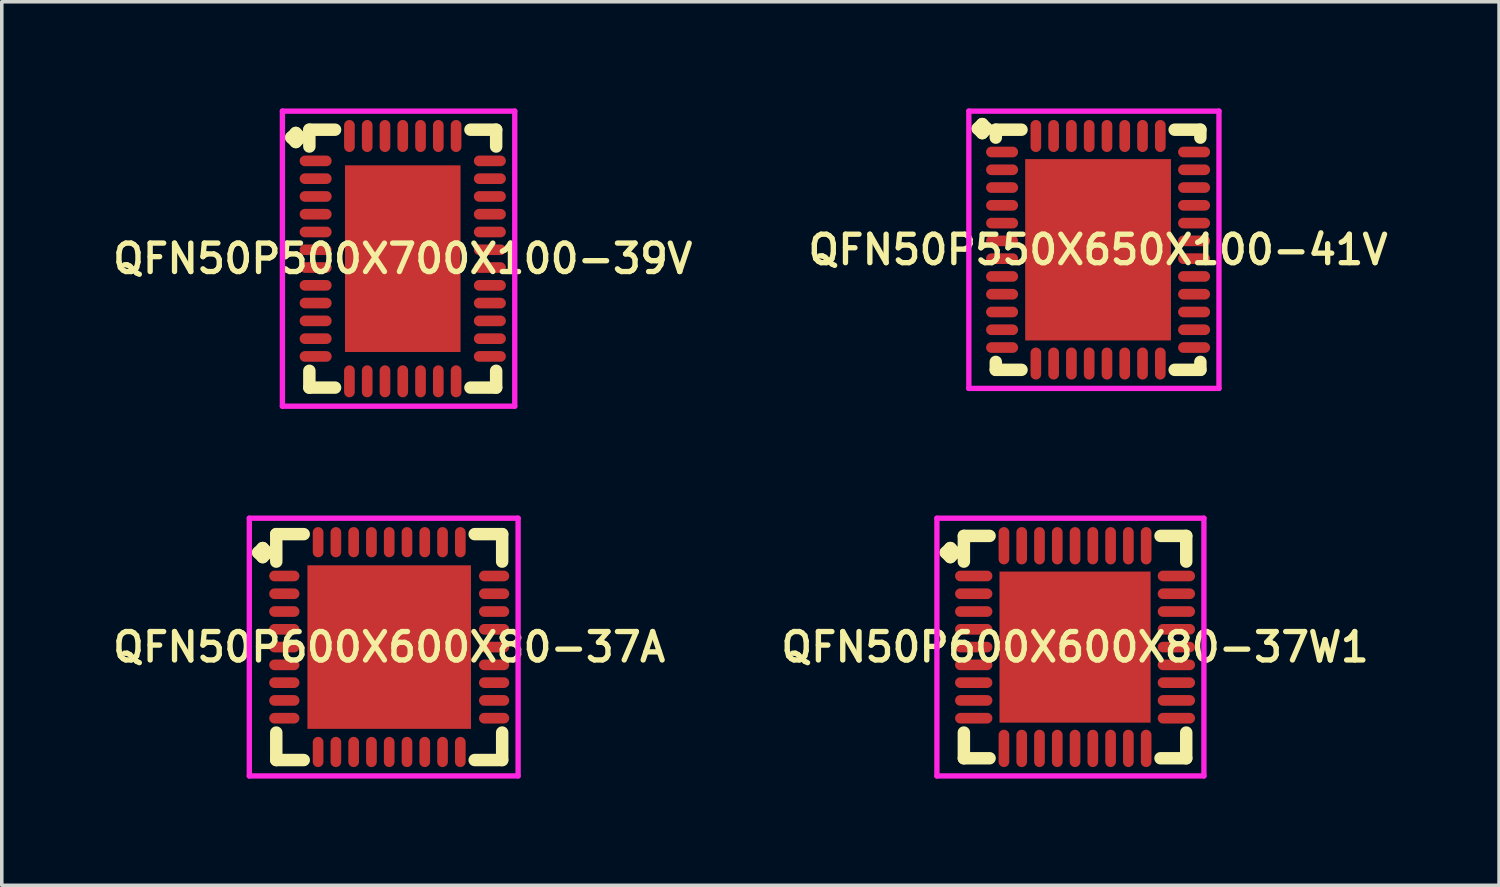
<source format=kicad_pcb>
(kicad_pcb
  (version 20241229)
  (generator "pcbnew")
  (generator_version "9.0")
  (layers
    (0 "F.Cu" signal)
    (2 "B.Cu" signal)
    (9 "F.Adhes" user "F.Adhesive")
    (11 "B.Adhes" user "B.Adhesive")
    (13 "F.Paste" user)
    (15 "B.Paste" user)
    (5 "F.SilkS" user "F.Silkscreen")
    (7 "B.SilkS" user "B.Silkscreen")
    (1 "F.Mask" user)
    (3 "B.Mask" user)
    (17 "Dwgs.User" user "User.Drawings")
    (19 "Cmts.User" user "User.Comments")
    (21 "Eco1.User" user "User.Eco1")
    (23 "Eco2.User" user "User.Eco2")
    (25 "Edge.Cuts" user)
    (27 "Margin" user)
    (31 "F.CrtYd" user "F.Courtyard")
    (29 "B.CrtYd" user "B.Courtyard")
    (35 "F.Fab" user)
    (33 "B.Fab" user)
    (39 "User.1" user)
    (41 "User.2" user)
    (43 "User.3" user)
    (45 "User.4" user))
  (footprint "QFN50P500X700X100-39V"
    (layer "F.Cu")
    (at 8.278 4.225)
    (property "Reference" "QFN50P500X700X100-39V" (at 0 0 0) (layer "F.SilkS") (effects (font (size 0.8 0.8) (thickness 0.15))))
    (attr smd)
    (fp_line (start -3.135 -3.408) (end -3.008 -3.535) (stroke (width 0.35) (type solid)) (layer "F.SilkS"))
    (fp_line (start -3.008 -3.535) (end -2.881 -3.408) (stroke (width 0.35) (type solid)) (layer "F.SilkS"))
    (fp_line (start -3.008 -3.281) (end -3.135 -3.408) (stroke (width 0.35) (type solid)) (layer "F.SilkS"))
    (fp_line (start -2.881 -3.408) (end -3.008 -3.281) (stroke (width 0.35) (type solid)) (layer "F.SilkS"))
    (fp_line (start -2.627 -3.627) (end -1.904 -3.627) (stroke (width 0.35) (type solid)) (layer "F.SilkS"))
    (fp_line (start -2.627 -3.154) (end -2.627 -3.627) (stroke (width 0.35) (type solid)) (layer "F.SilkS"))
    (fp_line (start -2.627 3.154) (end -2.627 3.627) (stroke (width 0.35) (type solid)) (layer "F.SilkS"))
    (fp_line (start -2.627 3.627) (end -1.904 3.627) (stroke (width 0.35) (type solid)) (layer "F.SilkS"))
    (fp_line (start 1.904 -3.627) (end 2.627 -3.627) (stroke (width 0.35) (type solid)) (layer "F.SilkS"))
    (fp_line (start 1.904 3.627) (end 2.627 3.627) (stroke (width 0.35) (type solid)) (layer "F.SilkS"))
    (fp_line (start 2.627 -3.627) (end 2.627 -3.154) (stroke (width 0.35) (type solid)) (layer "F.SilkS"))
    (fp_line (start 2.627 3.627) (end 2.627 3.154) (stroke (width 0.35) (type solid)) (layer "F.SilkS"))
    (fp_line (start -3.385 -4.15) (end 3.15 -4.15) (stroke (width 0.15) (type solid)) (layer "F.CrtYd"))
    (fp_line (start -3.385 4.15) (end -3.385 -4.15) (stroke (width 0.15) (type solid)) (layer "F.CrtYd"))
    (fp_line (start 3.15 -4.15) (end 3.15 4.15) (stroke (width 0.15) (type solid)) (layer "F.CrtYd"))
    (fp_line (start 3.15 4.15) (end -3.385 4.15) (stroke (width 0.15) (type solid)) (layer "F.CrtYd"))
    (pad "1" smd oval (at -2.45 -2.75) (size 0.9 0.3) (layers "F.Cu" "F.Mask" "F.Paste"))
    (pad "2" smd oval (at -2.45 -2.25) (size 0.9 0.3) (layers "F.Cu" "F.Mask" "F.Paste"))
    (pad "3" smd oval (at -2.45 -1.75) (size 0.9 0.3) (layers "F.Cu" "F.Mask" "F.Paste"))
    (pad "4" smd oval (at -2.45 -1.25) (size 0.9 0.3) (layers "F.Cu" "F.Mask" "F.Paste"))
    (pad "5" smd oval (at -2.45 -0.75) (size 0.9 0.3) (layers "F.Cu" "F.Mask" "F.Paste"))
    (pad "6" smd oval (at -2.45 -0.25) (size 0.9 0.3) (layers "F.Cu" "F.Mask" "F.Paste"))
    (pad "7" smd oval (at -2.45 0.25) (size 0.9 0.3) (layers "F.Cu" "F.Mask" "F.Paste"))
    (pad "8" smd oval (at -2.45 0.75) (size 0.9 0.3) (layers "F.Cu" "F.Mask" "F.Paste"))
    (pad "9" smd oval (at -2.45 1.25) (size 0.9 0.3) (layers "F.Cu" "F.Mask" "F.Paste"))
    (pad "10" smd oval (at -2.45 1.75) (size 0.9 0.3) (layers "F.Cu" "F.Mask" "F.Paste"))
    (pad "11" smd oval (at -2.45 2.25) (size 0.9 0.3) (layers "F.Cu" "F.Mask" "F.Paste"))
    (pad "12" smd oval (at -2.45 2.75) (size 0.9 0.3) (layers "F.Cu" "F.Mask" "F.Paste"))
    (pad "13" smd oval (at -1.5 3.45) (size 0.3 0.9) (layers "F.Cu" "F.Mask" "F.Paste"))
    (pad "14" smd oval (at -1 3.45) (size 0.3 0.9) (layers "F.Cu" "F.Mask" "F.Paste"))
    (pad "15" smd oval (at -0.5 3.45) (size 0.3 0.9) (layers "F.Cu" "F.Mask" "F.Paste"))
    (pad "16" smd oval (at 0 3.45) (size 0.3 0.9) (layers "F.Cu" "F.Mask" "F.Paste"))
    (pad "17" smd oval (at 0.5 3.45) (size 0.3 0.9) (layers "F.Cu" "F.Mask" "F.Paste"))
    (pad "18" smd oval (at 1 3.45) (size 0.3 0.9) (layers "F.Cu" "F.Mask" "F.Paste"))
    (pad "19" smd oval (at 1.5 3.45) (size 0.3 0.9) (layers "F.Cu" "F.Mask" "F.Paste"))
    (pad "20" smd oval (at 2.45 2.75) (size 0.9 0.3) (layers "F.Cu" "F.Mask" "F.Paste"))
    (pad "21" smd oval (at 2.45 2.25) (size 0.9 0.3) (layers "F.Cu" "F.Mask" "F.Paste"))
    (pad "22" smd oval (at 2.45 1.75) (size 0.9 0.3) (layers "F.Cu" "F.Mask" "F.Paste"))
    (pad "23" smd oval (at 2.45 1.25) (size 0.9 0.3) (layers "F.Cu" "F.Mask" "F.Paste"))
    (pad "24" smd oval (at 2.45 0.75) (size 0.9 0.3) (layers "F.Cu" "F.Mask" "F.Paste"))
    (pad "25" smd oval (at 2.45 0.25) (size 0.9 0.3) (layers "F.Cu" "F.Mask" "F.Paste"))
    (pad "26" smd oval (at 2.45 -0.25) (size 0.9 0.3) (layers "F.Cu" "F.Mask" "F.Paste"))
    (pad "27" smd oval (at 2.45 -0.75) (size 0.9 0.3) (layers "F.Cu" "F.Mask" "F.Paste"))
    (pad "28" smd oval (at 2.45 -1.25) (size 0.9 0.3) (layers "F.Cu" "F.Mask" "F.Paste"))
    (pad "29" smd oval (at 2.45 -1.75) (size 0.9 0.3) (layers "F.Cu" "F.Mask" "F.Paste"))
    (pad "30" smd oval (at 2.45 -2.25) (size 0.9 0.3) (layers "F.Cu" "F.Mask" "F.Paste"))
    (pad "31" smd oval (at 2.45 -2.75) (size 0.9 0.3) (layers "F.Cu" "F.Mask" "F.Paste"))
    (pad "32" smd oval (at 1.5 -3.45) (size 0.3 0.9) (layers "F.Cu" "F.Mask" "F.Paste"))
    (pad "33" smd oval (at 1 -3.45) (size 0.3 0.9) (layers "F.Cu" "F.Mask" "F.Paste"))
    (pad "34" smd oval (at 0.5 -3.45) (size 0.3 0.9) (layers "F.Cu" "F.Mask" "F.Paste"))
    (pad "35" smd oval (at 0 -3.45) (size 0.3 0.9) (layers "F.Cu" "F.Mask" "F.Paste"))
    (pad "36" smd oval (at -0.5 -3.45) (size 0.3 0.9) (layers "F.Cu" "F.Mask" "F.Paste"))
    (pad "37" smd oval (at -1 -3.45) (size 0.3 0.9) (layers "F.Cu" "F.Mask" "F.Paste"))
    (pad "38" smd oval (at -1.5 -3.45) (size 0.3 0.9) (layers "F.Cu" "F.Mask" "F.Paste"))
    (pad "39" smd rect (at 0 0) (size 3.25 5.25) (layers "F.Cu" "F.Mask" "F.Paste")))
  (footprint "QFN50P550X650X100-41V"
    (layer "F.Cu")
    (at 27.835 3.975)
    (property "Reference" "QFN50P550X650X100-41V" (at 0 0 0) (layer "F.SilkS") (effects (font (size 0.8 0.8) (thickness 0.15))))
    (attr smd)
    (fp_line (start -3.385 -3.408) (end -3.258 -3.535) (stroke (width 0.35) (type solid)) (layer "F.SilkS"))
    (fp_line (start -3.258 -3.535) (end -3.131 -3.408) (stroke (width 0.35) (type solid)) (layer "F.SilkS"))
    (fp_line (start -3.258 -3.281) (end -3.385 -3.408) (stroke (width 0.35) (type solid)) (layer "F.SilkS"))
    (fp_line (start -3.131 -3.408) (end -3.258 -3.281) (stroke (width 0.35) (type solid)) (layer "F.SilkS"))
    (fp_line (start -2.877 -3.377) (end -2.154 -3.377) (stroke (width 0.35) (type solid)) (layer "F.SilkS"))
    (fp_line (start -2.877 -3.154) (end -2.877 -3.377) (stroke (width 0.35) (type solid)) (layer "F.SilkS"))
    (fp_line (start -2.877 3.154) (end -2.877 3.377) (stroke (width 0.35) (type solid)) (layer "F.SilkS"))
    (fp_line (start -2.877 3.377) (end -2.154 3.377) (stroke (width 0.35) (type solid)) (layer "F.SilkS"))
    (fp_line (start 2.154 -3.377) (end 2.877 -3.377) (stroke (width 0.35) (type solid)) (layer "F.SilkS"))
    (fp_line (start 2.154 3.377) (end 2.877 3.377) (stroke (width 0.35) (type solid)) (layer "F.SilkS"))
    (fp_line (start 2.877 -3.377) (end 2.877 -3.154) (stroke (width 0.35) (type solid)) (layer "F.SilkS"))
    (fp_line (start 2.877 3.377) (end 2.877 3.154) (stroke (width 0.35) (type solid)) (layer "F.SilkS"))
    (fp_line (start -3.635 -3.9) (end 3.4 -3.9) (stroke (width 0.15) (type solid)) (layer "F.CrtYd"))
    (fp_line (start -3.635 3.9) (end -3.635 -3.9) (stroke (width 0.15) (type solid)) (layer "F.CrtYd"))
    (fp_line (start 3.4 -3.9) (end 3.4 3.9) (stroke (width 0.15) (type solid)) (layer "F.CrtYd"))
    (fp_line (start 3.4 3.9) (end -3.635 3.9) (stroke (width 0.15) (type solid)) (layer "F.CrtYd"))
    (pad "1" smd oval (at -2.7 -2.75) (size 0.9 0.3) (layers "F.Cu" "F.Mask" "F.Paste"))
    (pad "2" smd oval (at -2.7 -2.25) (size 0.9 0.3) (layers "F.Cu" "F.Mask" "F.Paste"))
    (pad "3" smd oval (at -2.7 -1.75) (size 0.9 0.3) (layers "F.Cu" "F.Mask" "F.Paste"))
    (pad "4" smd oval (at -2.7 -1.25) (size 0.9 0.3) (layers "F.Cu" "F.Mask" "F.Paste"))
    (pad "5" smd oval (at -2.7 -0.75) (size 0.9 0.3) (layers "F.Cu" "F.Mask" "F.Paste"))
    (pad "6" smd oval (at -2.7 -0.25) (size 0.9 0.3) (layers "F.Cu" "F.Mask" "F.Paste"))
    (pad "7" smd oval (at -2.7 0.25) (size 0.9 0.3) (layers "F.Cu" "F.Mask" "F.Paste"))
    (pad "8" smd oval (at -2.7 0.75) (size 0.9 0.3) (layers "F.Cu" "F.Mask" "F.Paste"))
    (pad "9" smd oval (at -2.7 1.25) (size 0.9 0.3) (layers "F.Cu" "F.Mask" "F.Paste"))
    (pad "10" smd oval (at -2.7 1.75) (size 0.9 0.3) (layers "F.Cu" "F.Mask" "F.Paste"))
    (pad "11" smd oval (at -2.7 2.25) (size 0.9 0.3) (layers "F.Cu" "F.Mask" "F.Paste"))
    (pad "12" smd oval (at -2.7 2.75) (size 0.9 0.3) (layers "F.Cu" "F.Mask" "F.Paste"))
    (pad "13" smd oval (at -1.75 3.2) (size 0.3 0.9) (layers "F.Cu" "F.Mask" "F.Paste"))
    (pad "14" smd oval (at -1.25 3.2) (size 0.3 0.9) (layers "F.Cu" "F.Mask" "F.Paste"))
    (pad "15" smd oval (at -0.75 3.2) (size 0.3 0.9) (layers "F.Cu" "F.Mask" "F.Paste"))
    (pad "16" smd oval (at -0.25 3.2) (size 0.3 0.9) (layers "F.Cu" "F.Mask" "F.Paste"))
    (pad "17" smd oval (at 0.25 3.2) (size 0.3 0.9) (layers "F.Cu" "F.Mask" "F.Paste"))
    (pad "18" smd oval (at 0.75 3.2) (size 0.3 0.9) (layers "F.Cu" "F.Mask" "F.Paste"))
    (pad "19" smd oval (at 1.25 3.2) (size 0.3 0.9) (layers "F.Cu" "F.Mask" "F.Paste"))
    (pad "20" smd oval (at 1.75 3.2) (size 0.3 0.9) (layers "F.Cu" "F.Mask" "F.Paste"))
    (pad "21" smd oval (at 2.7 2.75) (size 0.9 0.3) (layers "F.Cu" "F.Mask" "F.Paste"))
    (pad "22" smd oval (at 2.7 2.25) (size 0.9 0.3) (layers "F.Cu" "F.Mask" "F.Paste"))
    (pad "23" smd oval (at 2.7 1.75) (size 0.9 0.3) (layers "F.Cu" "F.Mask" "F.Paste"))
    (pad "24" smd oval (at 2.7 1.25) (size 0.9 0.3) (layers "F.Cu" "F.Mask" "F.Paste"))
    (pad "25" smd oval (at 2.7 0.75) (size 0.9 0.3) (layers "F.Cu" "F.Mask" "F.Paste"))
    (pad "26" smd oval (at 2.7 0.25) (size 0.9 0.3) (layers "F.Cu" "F.Mask" "F.Paste"))
    (pad "27" smd oval (at 2.7 -0.25) (size 0.9 0.3) (layers "F.Cu" "F.Mask" "F.Paste"))
    (pad "28" smd oval (at 2.7 -0.75) (size 0.9 0.3) (layers "F.Cu" "F.Mask" "F.Paste"))
    (pad "29" smd oval (at 2.7 -1.25) (size 0.9 0.3) (layers "F.Cu" "F.Mask" "F.Paste"))
    (pad "30" smd oval (at 2.7 -1.75) (size 0.9 0.3) (layers "F.Cu" "F.Mask" "F.Paste"))
    (pad "31" smd oval (at 2.7 -2.25) (size 0.9 0.3) (layers "F.Cu" "F.Mask" "F.Paste"))
    (pad "32" smd oval (at 2.7 -2.75) (size 0.9 0.3) (layers "F.Cu" "F.Mask" "F.Paste"))
    (pad "33" smd oval (at 1.75 -3.2) (size 0.3 0.9) (layers "F.Cu" "F.Mask" "F.Paste"))
    (pad "34" smd oval (at 1.25 -3.2) (size 0.3 0.9) (layers "F.Cu" "F.Mask" "F.Paste"))
    (pad "35" smd oval (at 0.75 -3.2) (size 0.3 0.9) (layers "F.Cu" "F.Mask" "F.Paste"))
    (pad "36" smd oval (at 0.25 -3.2) (size 0.3 0.9) (layers "F.Cu" "F.Mask" "F.Paste"))
    (pad "37" smd oval (at -0.25 -3.2) (size 0.3 0.9) (layers "F.Cu" "F.Mask" "F.Paste"))
    (pad "38" smd oval (at -0.75 -3.2) (size 0.3 0.9) (layers "F.Cu" "F.Mask" "F.Paste"))
    (pad "39" smd oval (at -1.25 -3.2) (size 0.3 0.9) (layers "F.Cu" "F.Mask" "F.Paste"))
    (pad "40" smd oval (at -1.75 -3.2) (size 0.3 0.9) (layers "F.Cu" "F.Mask" "F.Paste"))
    (pad "41" smd rect (at 0 0) (size 4.1 5.1) (layers "F.Cu" "F.Mask" "F.Paste")))
  (footprint "QFN50P600X600X80-37W1"
    (layer "F.Cu")
    (at 27.187 15.15)
    (property "Reference" "QFN50P600X600X80-37W1" (at 0 0 0) (layer "F.SilkS") (effects (font (size 0.8 0.8) (thickness 0.15))))
    (attr smd)
    (fp_line (start -3.635 -2.658) (end -3.508 -2.785) (stroke (width 0.35) (type solid)) (layer "F.SilkS"))
    (fp_line (start -3.508 -2.785) (end -3.381 -2.658) (stroke (width 0.35) (type solid)) (layer "F.SilkS"))
    (fp_line (start -3.508 -2.531) (end -3.635 -2.658) (stroke (width 0.35) (type solid)) (layer "F.SilkS"))
    (fp_line (start -3.381 -2.658) (end -3.508 -2.531) (stroke (width 0.35) (type solid)) (layer "F.SilkS"))
    (fp_line (start -3.127 -3.127) (end -2.404 -3.127) (stroke (width 0.35) (type solid)) (layer "F.SilkS"))
    (fp_line (start -3.127 -2.404) (end -3.127 -3.127) (stroke (width 0.35) (type solid)) (layer "F.SilkS"))
    (fp_line (start -3.127 2.404) (end -3.127 3.127) (stroke (width 0.35) (type solid)) (layer "F.SilkS"))
    (fp_line (start -3.127 3.127) (end -2.404 3.127) (stroke (width 0.35) (type solid)) (layer "F.SilkS"))
    (fp_line (start 2.404 -3.127) (end 3.127 -3.127) (stroke (width 0.35) (type solid)) (layer "F.SilkS"))
    (fp_line (start 2.404 3.127) (end 3.127 3.127) (stroke (width 0.35) (type solid)) (layer "F.SilkS"))
    (fp_line (start 3.127 -3.127) (end 3.127 -2.404) (stroke (width 0.35) (type solid)) (layer "F.SilkS"))
    (fp_line (start 3.127 3.127) (end 3.127 2.404) (stroke (width 0.35) (type solid)) (layer "F.SilkS"))
    (fp_line (start -3.885 -3.625) (end 3.625 -3.625) (stroke (width 0.15) (type solid)) (layer "F.CrtYd"))
    (fp_line (start -3.885 3.625) (end -3.885 -3.625) (stroke (width 0.15) (type solid)) (layer "F.CrtYd"))
    (fp_line (start 3.625 -3.625) (end 3.625 3.625) (stroke (width 0.15) (type solid)) (layer "F.CrtYd"))
    (fp_line (start 3.625 3.625) (end -3.885 3.625) (stroke (width 0.15) (type solid)) (layer "F.CrtYd"))
    (pad "1" smd oval (at -2.85 -2) (size 1.05 0.3) (layers "F.Cu" "F.Mask" "F.Paste"))
    (pad "2" smd oval (at -2.85 -1.5) (size 1.05 0.3) (layers "F.Cu" "F.Mask" "F.Paste"))
    (pad "3" smd oval (at -2.85 -1) (size 1.05 0.3) (layers "F.Cu" "F.Mask" "F.Paste"))
    (pad "4" smd oval (at -2.85 -0.5) (size 1.05 0.3) (layers "F.Cu" "F.Mask" "F.Paste"))
    (pad "5" smd oval (at -2.85 0) (size 1.05 0.3) (layers "F.Cu" "F.Mask" "F.Paste"))
    (pad "6" smd oval (at -2.85 0.5) (size 1.05 0.3) (layers "F.Cu" "F.Mask" "F.Paste"))
    (pad "7" smd oval (at -2.85 1) (size 1.05 0.3) (layers "F.Cu" "F.Mask" "F.Paste"))
    (pad "8" smd oval (at -2.85 1.5) (size 1.05 0.3) (layers "F.Cu" "F.Mask" "F.Paste"))
    (pad "9" smd oval (at -2.85 2) (size 1.05 0.3) (layers "F.Cu" "F.Mask" "F.Paste"))
    (pad "10" smd oval (at -2 2.85) (size 0.3 1.05) (layers "F.Cu" "F.Mask" "F.Paste"))
    (pad "11" smd oval (at -1.5 2.85) (size 0.3 1.05) (layers "F.Cu" "F.Mask" "F.Paste"))
    (pad "12" smd oval (at -1 2.85) (size 0.3 1.05) (layers "F.Cu" "F.Mask" "F.Paste"))
    (pad "13" smd oval (at -0.5 2.85) (size 0.3 1.05) (layers "F.Cu" "F.Mask" "F.Paste"))
    (pad "14" smd oval (at 0 2.85) (size 0.3 1.05) (layers "F.Cu" "F.Mask" "F.Paste"))
    (pad "15" smd oval (at 0.5 2.85) (size 0.3 1.05) (layers "F.Cu" "F.Mask" "F.Paste"))
    (pad "16" smd oval (at 1 2.85) (size 0.3 1.05) (layers "F.Cu" "F.Mask" "F.Paste"))
    (pad "17" smd oval (at 1.5 2.85) (size 0.3 1.05) (layers "F.Cu" "F.Mask" "F.Paste"))
    (pad "18" smd oval (at 2 2.85) (size 0.3 1.05) (layers "F.Cu" "F.Mask" "F.Paste"))
    (pad "19" smd oval (at 2.85 2) (size 1.05 0.3) (layers "F.Cu" "F.Mask" "F.Paste"))
    (pad "20" smd oval (at 2.85 1.5) (size 1.05 0.3) (layers "F.Cu" "F.Mask" "F.Paste"))
    (pad "21" smd oval (at 2.85 1) (size 1.05 0.3) (layers "F.Cu" "F.Mask" "F.Paste"))
    (pad "22" smd oval (at 2.85 0.5) (size 1.05 0.3) (layers "F.Cu" "F.Mask" "F.Paste"))
    (pad "23" smd oval (at 2.85 0) (size 1.05 0.3) (layers "F.Cu" "F.Mask" "F.Paste"))
    (pad "24" smd oval (at 2.85 -0.5) (size 1.05 0.3) (layers "F.Cu" "F.Mask" "F.Paste"))
    (pad "25" smd oval (at 2.85 -1) (size 1.05 0.3) (layers "F.Cu" "F.Mask" "F.Paste"))
    (pad "26" smd oval (at 2.85 -1.5) (size 1.05 0.3) (layers "F.Cu" "F.Mask" "F.Paste"))
    (pad "27" smd oval (at 2.85 -2) (size 1.05 0.3) (layers "F.Cu" "F.Mask" "F.Paste"))
    (pad "28" smd oval (at 2 -2.85) (size 0.3 1.05) (layers "F.Cu" "F.Mask" "F.Paste"))
    (pad "29" smd oval (at 1.5 -2.85) (size 0.3 1.05) (layers "F.Cu" "F.Mask" "F.Paste"))
    (pad "30" smd oval (at 1 -2.85) (size 0.3 1.05) (layers "F.Cu" "F.Mask" "F.Paste"))
    (pad "31" smd oval (at 0.5 -2.85) (size 0.3 1.05) (layers "F.Cu" "F.Mask" "F.Paste"))
    (pad "32" smd oval (at 0 -2.85) (size 0.3 1.05) (layers "F.Cu" "F.Mask" "F.Paste"))
    (pad "33" smd oval (at -0.5 -2.85) (size 0.3 1.05) (layers "F.Cu" "F.Mask" "F.Paste"))
    (pad "34" smd oval (at -1 -2.85) (size 0.3 1.05) (layers "F.Cu" "F.Mask" "F.Paste"))
    (pad "35" smd oval (at -1.5 -2.85) (size 0.3 1.05) (layers "F.Cu" "F.Mask" "F.Paste"))
    (pad "36" smd oval (at -2 -2.85) (size 0.3 1.05) (layers "F.Cu" "F.Mask" "F.Paste"))
    (pad "37" smd rect (at 0 0) (size 4.25 4.25) (layers "F.Cu" "F.Mask" "F.Paste")))
  (footprint "QFN50P600X600X80-37A"
    (layer "F.Cu")
    (at 7.897 15.15)
    (property "Reference" "QFN50P600X600X80-37A" (at 0 0 0) (layer "F.SilkS") (effects (font (size 0.8 0.8) (thickness 0.15))))
    (attr smd)
    (fp_line (start -3.685 -2.658) (end -3.558 -2.785) (stroke (width 0.35) (type solid)) (layer "F.SilkS"))
    (fp_line (start -3.558 -2.785) (end -3.431 -2.658) (stroke (width 0.35) (type solid)) (layer "F.SilkS"))
    (fp_line (start -3.558 -2.531) (end -3.685 -2.658) (stroke (width 0.35) (type solid)) (layer "F.SilkS"))
    (fp_line (start -3.431 -2.658) (end -3.558 -2.531) (stroke (width 0.35) (type solid)) (layer "F.SilkS"))
    (fp_line (start -3.177 -3.177) (end -2.404 -3.177) (stroke (width 0.35) (type solid)) (layer "F.SilkS"))
    (fp_line (start -3.177 -2.404) (end -3.177 -3.177) (stroke (width 0.35) (type solid)) (layer "F.SilkS"))
    (fp_line (start -3.177 2.404) (end -3.177 3.177) (stroke (width 0.35) (type solid)) (layer "F.SilkS"))
    (fp_line (start -3.177 3.177) (end -2.404 3.177) (stroke (width 0.35) (type solid)) (layer "F.SilkS"))
    (fp_line (start 2.404 -3.177) (end 3.177 -3.177) (stroke (width 0.35) (type solid)) (layer "F.SilkS"))
    (fp_line (start 2.404 3.177) (end 3.177 3.177) (stroke (width 0.35) (type solid)) (layer "F.SilkS"))
    (fp_line (start 3.177 -3.177) (end 3.177 -2.404) (stroke (width 0.35) (type solid)) (layer "F.SilkS"))
    (fp_line (start 3.177 3.177) (end 3.177 2.404) (stroke (width 0.35) (type solid)) (layer "F.SilkS"))
    (fp_line (start -3.935 -3.625) (end 3.625 -3.625) (stroke (width 0.15) (type solid)) (layer "F.CrtYd"))
    (fp_line (start -3.935 3.625) (end -3.935 -3.625) (stroke (width 0.15) (type solid)) (layer "F.CrtYd"))
    (fp_line (start 3.625 -3.625) (end 3.625 3.625) (stroke (width 0.15) (type solid)) (layer "F.CrtYd"))
    (fp_line (start 3.625 3.625) (end -3.935 3.625) (stroke (width 0.15) (type solid)) (layer "F.CrtYd"))
    (pad "1" smd oval (at -2.95 -2) (size 0.85 0.3) (layers "F.Cu" "F.Mask" "F.Paste"))
    (pad "2" smd oval (at -2.95 -1.5) (size 0.85 0.3) (layers "F.Cu" "F.Mask" "F.Paste"))
    (pad "3" smd oval (at -2.95 -1) (size 0.85 0.3) (layers "F.Cu" "F.Mask" "F.Paste"))
    (pad "4" smd oval (at -2.95 -0.5) (size 0.85 0.3) (layers "F.Cu" "F.Mask" "F.Paste"))
    (pad "5" smd oval (at -2.95 0) (size 0.85 0.3) (layers "F.Cu" "F.Mask" "F.Paste"))
    (pad "6" smd oval (at -2.95 0.5) (size 0.85 0.3) (layers "F.Cu" "F.Mask" "F.Paste"))
    (pad "7" smd oval (at -2.95 1) (size 0.85 0.3) (layers "F.Cu" "F.Mask" "F.Paste"))
    (pad "8" smd oval (at -2.95 1.5) (size 0.85 0.3) (layers "F.Cu" "F.Mask" "F.Paste"))
    (pad "9" smd oval (at -2.95 2) (size 0.85 0.3) (layers "F.Cu" "F.Mask" "F.Paste"))
    (pad "10" smd oval (at -2 2.95) (size 0.3 0.85) (layers "F.Cu" "F.Mask" "F.Paste"))
    (pad "11" smd oval (at -1.5 2.95) (size 0.3 0.85) (layers "F.Cu" "F.Mask" "F.Paste"))
    (pad "12" smd oval (at -1 2.95) (size 0.3 0.85) (layers "F.Cu" "F.Mask" "F.Paste"))
    (pad "13" smd oval (at -0.5 2.95) (size 0.3 0.85) (layers "F.Cu" "F.Mask" "F.Paste"))
    (pad "14" smd oval (at 0 2.95) (size 0.3 0.85) (layers "F.Cu" "F.Mask" "F.Paste"))
    (pad "15" smd oval (at 0.5 2.95) (size 0.3 0.85) (layers "F.Cu" "F.Mask" "F.Paste"))
    (pad "16" smd oval (at 1 2.95) (size 0.3 0.85) (layers "F.Cu" "F.Mask" "F.Paste"))
    (pad "17" smd oval (at 1.5 2.95) (size 0.3 0.85) (layers "F.Cu" "F.Mask" "F.Paste"))
    (pad "18" smd oval (at 2 2.95) (size 0.3 0.85) (layers "F.Cu" "F.Mask" "F.Paste"))
    (pad "19" smd oval (at 2.95 2) (size 0.85 0.3) (layers "F.Cu" "F.Mask" "F.Paste"))
    (pad "20" smd oval (at 2.95 1.5) (size 0.85 0.3) (layers "F.Cu" "F.Mask" "F.Paste"))
    (pad "21" smd oval (at 2.95 1) (size 0.85 0.3) (layers "F.Cu" "F.Mask" "F.Paste"))
    (pad "22" smd oval (at 2.95 0.5) (size 0.85 0.3) (layers "F.Cu" "F.Mask" "F.Paste"))
    (pad "23" smd oval (at 2.95 0) (size 0.85 0.3) (layers "F.Cu" "F.Mask" "F.Paste"))
    (pad "24" smd oval (at 2.95 -0.5) (size 0.85 0.3) (layers "F.Cu" "F.Mask" "F.Paste"))
    (pad "25" smd oval (at 2.95 -1) (size 0.85 0.3) (layers "F.Cu" "F.Mask" "F.Paste"))
    (pad "26" smd oval (at 2.95 -1.5) (size 0.85 0.3) (layers "F.Cu" "F.Mask" "F.Paste"))
    (pad "27" smd oval (at 2.95 -2) (size 0.85 0.3) (layers "F.Cu" "F.Mask" "F.Paste"))
    (pad "28" smd oval (at 2 -2.95) (size 0.3 0.85) (layers "F.Cu" "F.Mask" "F.Paste"))
    (pad "29" smd oval (at 1.5 -2.95) (size 0.3 0.85) (layers "F.Cu" "F.Mask" "F.Paste"))
    (pad "30" smd oval (at 1 -2.95) (size 0.3 0.85) (layers "F.Cu" "F.Mask" "F.Paste"))
    (pad "31" smd oval (at 0.5 -2.95) (size 0.3 0.85) (layers "F.Cu" "F.Mask" "F.Paste"))
    (pad "32" smd oval (at 0 -2.95) (size 0.3 0.85) (layers "F.Cu" "F.Mask" "F.Paste"))
    (pad "33" smd oval (at -0.5 -2.95) (size 0.3 0.85) (layers "F.Cu" "F.Mask" "F.Paste"))
    (pad "34" smd oval (at -1 -2.95) (size 0.3 0.85) (layers "F.Cu" "F.Mask" "F.Paste"))
    (pad "35" smd oval (at -1.5 -2.95) (size 0.3 0.85) (layers "F.Cu" "F.Mask" "F.Paste"))
    (pad "36" smd oval (at -2 -2.95) (size 0.3 0.85) (layers "F.Cu" "F.Mask" "F.Paste"))
    (pad "37" smd rect (at 0 0) (size 4.6 4.6) (layers "F.Cu" "F.Mask" "F.Paste")))
  (gr_rect
    (start -3 -3)
    (end 39.113 21.85)
    (stroke (width 0.1) (type default))
    (fill no)
    (layer "Edge.Cuts")))
</source>
